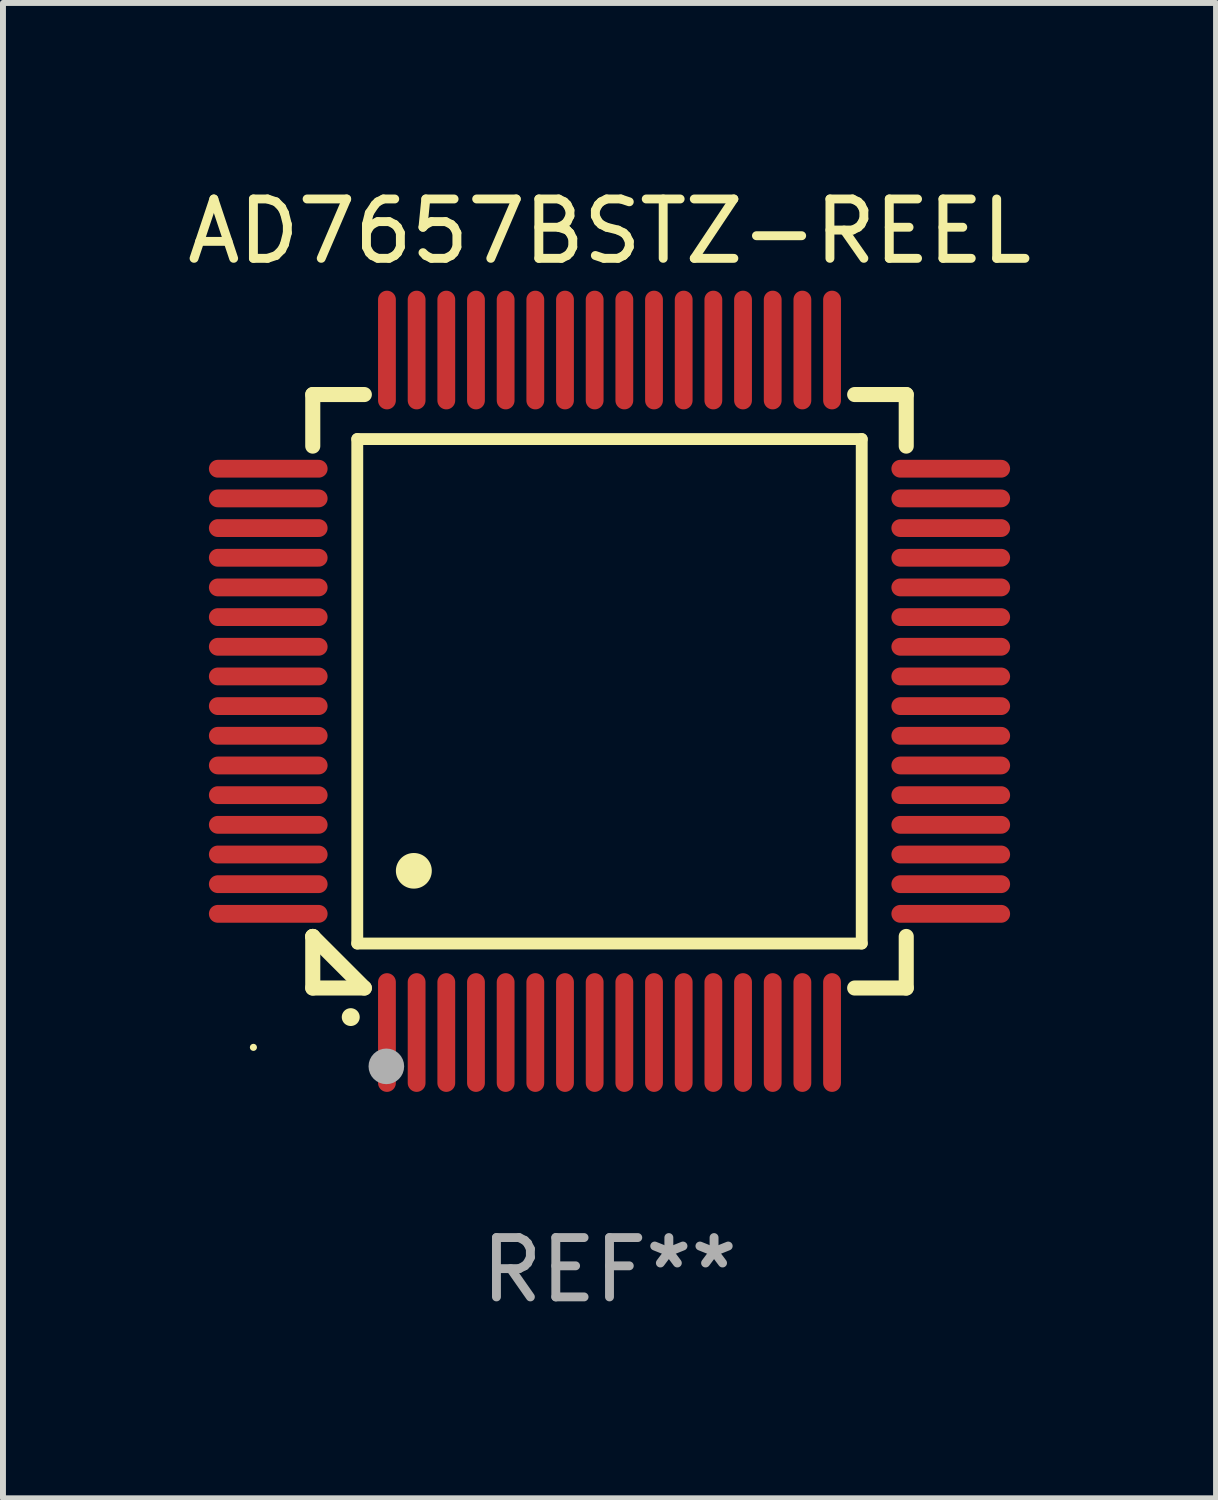
<source format=kicad_pcb>
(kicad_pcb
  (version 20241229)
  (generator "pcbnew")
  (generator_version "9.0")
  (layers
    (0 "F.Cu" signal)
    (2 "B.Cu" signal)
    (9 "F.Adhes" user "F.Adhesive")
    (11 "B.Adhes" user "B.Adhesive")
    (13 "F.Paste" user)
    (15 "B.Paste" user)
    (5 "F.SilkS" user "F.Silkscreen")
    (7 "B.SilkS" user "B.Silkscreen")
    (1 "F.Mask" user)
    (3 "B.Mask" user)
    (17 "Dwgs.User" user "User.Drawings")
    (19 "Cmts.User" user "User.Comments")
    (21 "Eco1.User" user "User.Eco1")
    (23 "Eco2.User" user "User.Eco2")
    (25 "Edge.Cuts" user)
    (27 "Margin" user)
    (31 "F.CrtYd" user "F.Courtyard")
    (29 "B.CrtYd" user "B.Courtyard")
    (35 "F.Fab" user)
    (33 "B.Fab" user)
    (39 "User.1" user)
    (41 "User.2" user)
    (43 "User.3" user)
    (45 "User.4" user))
  (footprint "AD7657BSTZ-REEL"
    (layer "F.Cu")
    (at 7.22 8.598)
    (property "Reference" "AD7657BSTZ-REEL" (at 0 -7.75 0) (layer "F.SilkS") (effects (font (size 1 1) (thickness 0.15))))
    (attr through_hole)
    (fp_line (start -5 -5) (end -4.131 -5) (stroke (width 0.254) (type solid)) (layer "F.SilkS"))
    (fp_line (start -5 -4.131) (end -5 -5) (stroke (width 0.254) (type solid)) (layer "F.SilkS"))
    (fp_line (start -5 4.131) (end -5 4.131) (stroke (width 0.254) (type solid)) (layer "F.SilkS"))
    (fp_line (start -5 5) (end -5 4.131) (stroke (width 0.254) (type solid)) (layer "F.SilkS"))
    (fp_line (start -5 4.131) (end -4.131 5) (stroke (width 0.254) (type solid)) (layer "F.SilkS"))
    (fp_line (start -4.25 -4.25) (end -4.25 4.25) (stroke (width 0.2) (type solid)) (layer "F.SilkS"))
    (fp_line (start -4.25 4.25) (end 4.25 4.25) (stroke (width 0.2) (type solid)) (layer "F.SilkS"))
    (fp_line (start -4.131 5) (end -5 5) (stroke (width 0.254) (type solid)) (layer "F.SilkS"))
    (fp_line (start 4.25 -4.25) (end -4.25 -4.25) (stroke (width 0.2) (type solid)) (layer "F.SilkS"))
    (fp_line (start 4.25 4.25) (end 4.25 -4.25) (stroke (width 0.2) (type solid)) (layer "F.SilkS"))
    (fp_line (start 5 -5) (end 4.131 -5) (stroke (width 0.254) (type solid)) (layer "F.SilkS"))
    (fp_line (start 5 -5) (end 5 -4.131) (stroke (width 0.254) (type solid)) (layer "F.SilkS"))
    (fp_line (start 5 4.131) (end 5 5) (stroke (width 0.254) (type solid)) (layer "F.SilkS"))
    (fp_line (start 5 5) (end 4.131 5) (stroke (width 0.254) (type solid)) (layer "F.SilkS"))
    (fp_arc (start -4.361265 5.489992) (mid -4.359995 5.489987) (end -4.358725 5.489992) (stroke (width 0.3) (type solid)) (layer "F.SilkS"))
    (fp_arc (start -3.299467 3.025146) (mid -3.296927 3.025135) (end -3.294387 3.025146) (stroke (width 0.6) (type solid)) (layer "F.SilkS"))
    (fp_circle (center -6 6) (end -5.97 6) (stroke (width 0.06) (type solid)) (fill no) (layer "F.SilkS"))
    (fp_circle (center -3.76 6.32) (end -3.61 6.32) (stroke (width 0.3) (type solid)) (fill no) (layer "F.Fab"))
    (fp_text user "REF**" (at 0 9.75 0) (layer "F.Fab") (effects (font (size 1 1) (thickness 0.15))))
    (pad "1" smd oval (at -3.75 5.75) (size 0.3 2) (layers "F.Cu" "F.Mask" "F.Paste"))
    (pad "2" smd oval (at -3.25 5.75) (size 0.3 2) (layers "F.Cu" "F.Mask" "F.Paste"))
    (pad "3" smd oval (at -2.75 5.75) (size 0.3 2) (layers "F.Cu" "F.Mask" "F.Paste"))
    (pad "4" smd oval (at -2.25 5.75) (size 0.3 2) (layers "F.Cu" "F.Mask" "F.Paste"))
    (pad "5" smd oval (at -1.75 5.75) (size 0.3 2) (layers "F.Cu" "F.Mask" "F.Paste"))
    (pad "6" smd oval (at -1.25 5.75) (size 0.3 2) (layers "F.Cu" "F.Mask" "F.Paste"))
    (pad "7" smd oval (at -0.75 5.75) (size 0.3 2) (layers "F.Cu" "F.Mask" "F.Paste"))
    (pad "8" smd oval (at -0.25 5.75) (size 0.3 2) (layers "F.Cu" "F.Mask" "F.Paste"))
    (pad "9" smd oval (at 0.25 5.75) (size 0.3 2) (layers "F.Cu" "F.Mask" "F.Paste"))
    (pad "10" smd oval (at 0.75 5.75) (size 0.3 2) (layers "F.Cu" "F.Mask" "F.Paste"))
    (pad "11" smd oval (at 1.25 5.75) (size 0.3 2) (layers "F.Cu" "F.Mask" "F.Paste"))
    (pad "12" smd oval (at 1.75 5.75) (size 0.3 2) (layers "F.Cu" "F.Mask" "F.Paste"))
    (pad "13" smd oval (at 2.25 5.75) (size 0.3 2) (layers "F.Cu" "F.Mask" "F.Paste"))
    (pad "14" smd oval (at 2.75 5.75) (size 0.3 2) (layers "F.Cu" "F.Mask" "F.Paste"))
    (pad "15" smd oval (at 3.25 5.75) (size 0.3 2) (layers "F.Cu" "F.Mask" "F.Paste"))
    (pad "16" smd oval (at 3.75 5.75) (size 0.3 2) (layers "F.Cu" "F.Mask" "F.Paste"))
    (pad "17" smd oval (at 5.75 3.75) (size 2 0.3) (layers "F.Cu" "F.Mask" "F.Paste"))
    (pad "18" smd oval (at 5.75 3.25) (size 2 0.3) (layers "F.Cu" "F.Mask" "F.Paste"))
    (pad "19" smd oval (at 5.75 2.75) (size 2 0.3) (layers "F.Cu" "F.Mask" "F.Paste"))
    (pad "20" smd oval (at 5.75 2.25) (size 2 0.3) (layers "F.Cu" "F.Mask" "F.Paste"))
    (pad "21" smd oval (at 5.75 1.75) (size 2 0.3) (layers "F.Cu" "F.Mask" "F.Paste"))
    (pad "22" smd oval (at 5.75 1.25) (size 2 0.3) (layers "F.Cu" "F.Mask" "F.Paste"))
    (pad "23" smd oval (at 5.75 0.75) (size 2 0.3) (layers "F.Cu" "F.Mask" "F.Paste"))
    (pad "24" smd oval (at 5.75 0.25) (size 2 0.3) (layers "F.Cu" "F.Mask" "F.Paste"))
    (pad "25" smd oval (at 5.75 -0.25) (size 2 0.3) (layers "F.Cu" "F.Mask" "F.Paste"))
    (pad "26" smd oval (at 5.75 -0.75) (size 2 0.3) (layers "F.Cu" "F.Mask" "F.Paste"))
    (pad "27" smd oval (at 5.75 -1.25) (size 2 0.3) (layers "F.Cu" "F.Mask" "F.Paste"))
    (pad "28" smd oval (at 5.75 -1.75) (size 2 0.3) (layers "F.Cu" "F.Mask" "F.Paste"))
    (pad "29" smd oval (at 5.75 -2.25) (size 2 0.3) (layers "F.Cu" "F.Mask" "F.Paste"))
    (pad "30" smd oval (at 5.75 -2.75) (size 2 0.3) (layers "F.Cu" "F.Mask" "F.Paste"))
    (pad "31" smd oval (at 5.75 -3.25) (size 2 0.3) (layers "F.Cu" "F.Mask" "F.Paste"))
    (pad "32" smd oval (at 5.75 -3.75) (size 2 0.3) (layers "F.Cu" "F.Mask" "F.Paste"))
    (pad "33" smd oval (at 3.75 -5.75) (size 0.3 2) (layers "F.Cu" "F.Mask" "F.Paste"))
    (pad "34" smd oval (at 3.25 -5.75) (size 0.3 2) (layers "F.Cu" "F.Mask" "F.Paste"))
    (pad "35" smd oval (at 2.75 -5.75) (size 0.3 2) (layers "F.Cu" "F.Mask" "F.Paste"))
    (pad "36" smd oval (at 2.25 -5.75) (size 0.3 2) (layers "F.Cu" "F.Mask" "F.Paste"))
    (pad "37" smd oval (at 1.75 -5.75) (size 0.3 2) (layers "F.Cu" "F.Mask" "F.Paste"))
    (pad "38" smd oval (at 1.25 -5.75) (size 0.3 2) (layers "F.Cu" "F.Mask" "F.Paste"))
    (pad "39" smd oval (at 0.75 -5.75) (size 0.3 2) (layers "F.Cu" "F.Mask" "F.Paste"))
    (pad "40" smd oval (at 0.25 -5.75) (size 0.3 2) (layers "F.Cu" "F.Mask" "F.Paste"))
    (pad "41" smd oval (at -0.25 -5.75) (size 0.3 2) (layers "F.Cu" "F.Mask" "F.Paste"))
    (pad "42" smd oval (at -0.75 -5.75) (size 0.3 2) (layers "F.Cu" "F.Mask" "F.Paste"))
    (pad "43" smd oval (at -1.25 -5.75) (size 0.3 2) (layers "F.Cu" "F.Mask" "F.Paste"))
    (pad "44" smd oval (at -1.75 -5.75) (size 0.3 2) (layers "F.Cu" "F.Mask" "F.Paste"))
    (pad "45" smd oval (at -2.25 -5.75) (size 0.3 2) (layers "F.Cu" "F.Mask" "F.Paste"))
    (pad "46" smd oval (at -2.75 -5.75) (size 0.3 2) (layers "F.Cu" "F.Mask" "F.Paste"))
    (pad "47" smd oval (at -3.25 -5.75) (size 0.3 2) (layers "F.Cu" "F.Mask" "F.Paste"))
    (pad "48" smd oval (at -3.75 -5.75) (size 0.3 2) (layers "F.Cu" "F.Mask" "F.Paste"))
    (pad "49" smd oval (at -5.75 -3.75) (size 2 0.3) (layers "F.Cu" "F.Mask" "F.Paste"))
    (pad "50" smd oval (at -5.75 -3.25) (size 2 0.3) (layers "F.Cu" "F.Mask" "F.Paste"))
    (pad "51" smd oval (at -5.75 -2.75) (size 2 0.3) (layers "F.Cu" "F.Mask" "F.Paste"))
    (pad "52" smd oval (at -5.75 -2.25) (size 2 0.3) (layers "F.Cu" "F.Mask" "F.Paste"))
    (pad "53" smd oval (at -5.75 -1.75) (size 2 0.3) (layers "F.Cu" "F.Mask" "F.Paste"))
    (pad "54" smd oval (at -5.75 -1.25) (size 2 0.3) (layers "F.Cu" "F.Mask" "F.Paste"))
    (pad "55" smd oval (at -5.75 -0.75) (size 2 0.3) (layers "F.Cu" "F.Mask" "F.Paste"))
    (pad "56" smd oval (at -5.75 -0.25) (size 2 0.3) (layers "F.Cu" "F.Mask" "F.Paste"))
    (pad "57" smd oval (at -5.75 0.25) (size 2 0.3) (layers "F.Cu" "F.Mask" "F.Paste"))
    (pad "58" smd oval (at -5.75 0.75) (size 2 0.3) (layers "F.Cu" "F.Mask" "F.Paste"))
    (pad "59" smd oval (at -5.75 1.25) (size 2 0.3) (layers "F.Cu" "F.Mask" "F.Paste"))
    (pad "60" smd oval (at -5.75 1.75) (size 2 0.3) (layers "F.Cu" "F.Mask" "F.Paste"))
    (pad "61" smd oval (at -5.75 2.25) (size 2 0.3) (layers "F.Cu" "F.Mask" "F.Paste"))
    (pad "62" smd oval (at -5.75 2.75) (size 2 0.3) (layers "F.Cu" "F.Mask" "F.Paste"))
    (pad "63" smd oval (at -5.75 3.25) (size 2 0.3) (layers "F.Cu" "F.Mask" "F.Paste"))
    (pad "64" smd oval (at -5.75 3.75) (size 2 0.3) (layers "F.Cu" "F.Mask" "F.Paste")))
  (gr_rect
    (start -3 -3)
    (end 17.44 22.196)
    (stroke (width 0.1) (type default))
    (fill no)
    (layer "Edge.Cuts")))
</source>
